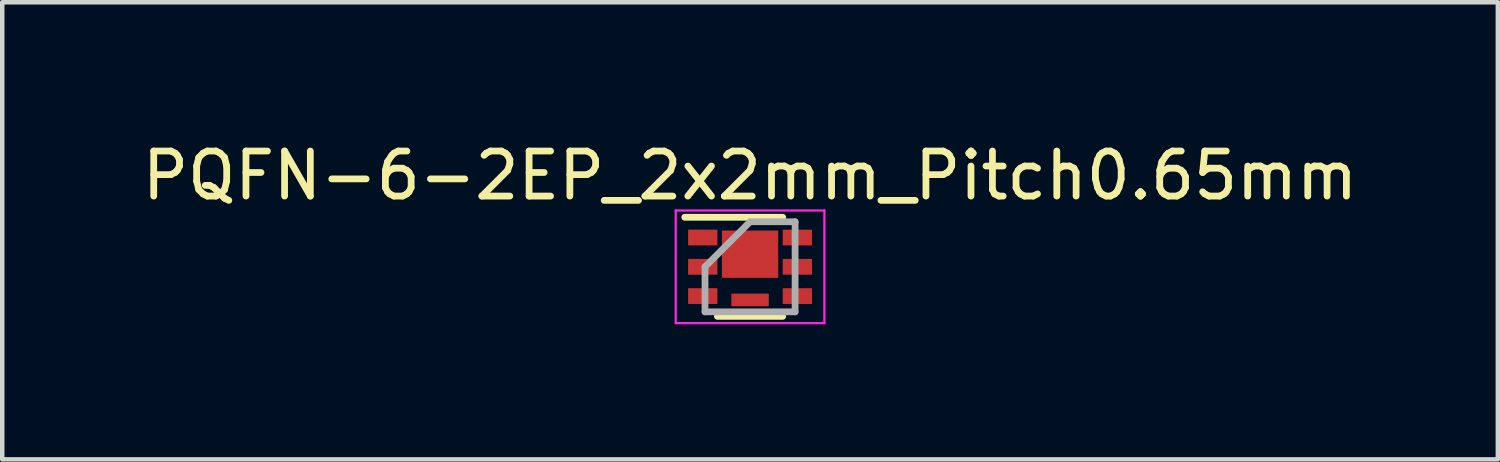
<source format=kicad_pcb>
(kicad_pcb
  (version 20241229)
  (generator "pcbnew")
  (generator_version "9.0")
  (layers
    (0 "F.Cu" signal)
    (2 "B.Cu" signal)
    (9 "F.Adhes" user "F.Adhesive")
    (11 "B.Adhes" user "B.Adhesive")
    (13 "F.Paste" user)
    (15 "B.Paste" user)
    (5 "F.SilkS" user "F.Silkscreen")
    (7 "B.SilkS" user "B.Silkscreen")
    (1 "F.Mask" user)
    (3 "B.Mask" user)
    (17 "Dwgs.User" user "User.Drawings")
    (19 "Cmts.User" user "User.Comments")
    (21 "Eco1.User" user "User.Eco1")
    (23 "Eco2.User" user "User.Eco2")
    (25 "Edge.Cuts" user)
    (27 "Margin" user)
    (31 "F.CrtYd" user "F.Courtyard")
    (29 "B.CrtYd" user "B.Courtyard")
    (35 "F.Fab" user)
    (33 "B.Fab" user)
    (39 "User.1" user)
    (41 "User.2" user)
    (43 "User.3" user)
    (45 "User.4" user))
  (footprint "PQFN-6-2EP_2x2mm_Pitch0.65mm"
    (layer "F.Cu")
    (at 13.601 2.873)
    (property "Reference" "PQFN-6-2EP_2x2mm_Pitch0.65mm" (at 0 -2.025 0) (layer "F.SilkS") (effects (font (size 1 1) (thickness 0.15))))
    (attr smd)
    (fp_line (start -1.45 -1.1) (end 0.725 -1.1) (stroke (width 0.15) (type solid)) (layer "F.SilkS"))
    (fp_line (start -0.725 1.1) (end 0.725 1.1) (stroke (width 0.15) (type solid)) (layer "F.SilkS"))
    (fp_line (start -1.65 -1.25) (end -1.65 1.25) (stroke (width 0.05) (type solid)) (layer "F.CrtYd"))
    (fp_line (start -1.65 -1.25) (end 1.65 -1.25) (stroke (width 0.05) (type solid)) (layer "F.CrtYd"))
    (fp_line (start -1.65 1.25) (end 1.65 1.25) (stroke (width 0.05) (type solid)) (layer "F.CrtYd"))
    (fp_line (start 1.65 -1.25) (end 1.65 1.25) (stroke (width 0.05) (type solid)) (layer "F.CrtYd"))
    (fp_line (start -1 0) (end 0 -1) (stroke (width 0.15) (type solid)) (layer "F.Fab"))
    (fp_line (start -1 1) (end -1 0) (stroke (width 0.15) (type solid)) (layer "F.Fab"))
    (fp_line (start 0 -1) (end 1 -1) (stroke (width 0.15) (type solid)) (layer "F.Fab"))
    (fp_line (start 1 -1) (end 1 1) (stroke (width 0.15) (type solid)) (layer "F.Fab"))
    (fp_line (start 1 1) (end -1 1) (stroke (width 0.15) (type solid)) (layer "F.Fab"))
    (pad "1" smd rect (at -1.05 -0.65) (size 0.65 0.35) (layers "F.Cu" "F.Mask" "F.Paste"))
    (pad "2" smd rect (at -1.05 0) (size 0.65 0.35) (layers "F.Cu" "F.Mask" "F.Paste"))
    (pad "3" smd rect (at -1.05 0.65) (size 0.65 0.35) (layers "F.Cu" "F.Mask" "F.Paste"))
    (pad "4" smd rect (at 1.05 0.65) (size 0.65 0.35) (layers "F.Cu" "F.Mask" "F.Paste"))
    (pad "5" smd rect (at 1.05 0) (size 0.65 0.35) (layers "F.Cu" "F.Mask" "F.Paste"))
    (pad "6" smd rect (at 1.05 -0.65) (size 0.65 0.35) (layers "F.Cu" "F.Mask" "F.Paste"))
    (pad "7" smd rect (at 0 0.735) (size 0.83 0.28) (layers "F.Cu" "F.Mask" "F.Paste"))
    (pad "8" smd rect (at 0 -0.28) (size 1.25 1.05) (layers "F.Cu" "F.Mask" "F.Paste")))
  (gr_rect
    (start -3 -3)
    (end 30.202 7.148)
    (stroke (width 0.1) (type default))
    (fill no)
    (layer "Edge.Cuts")))
</source>
